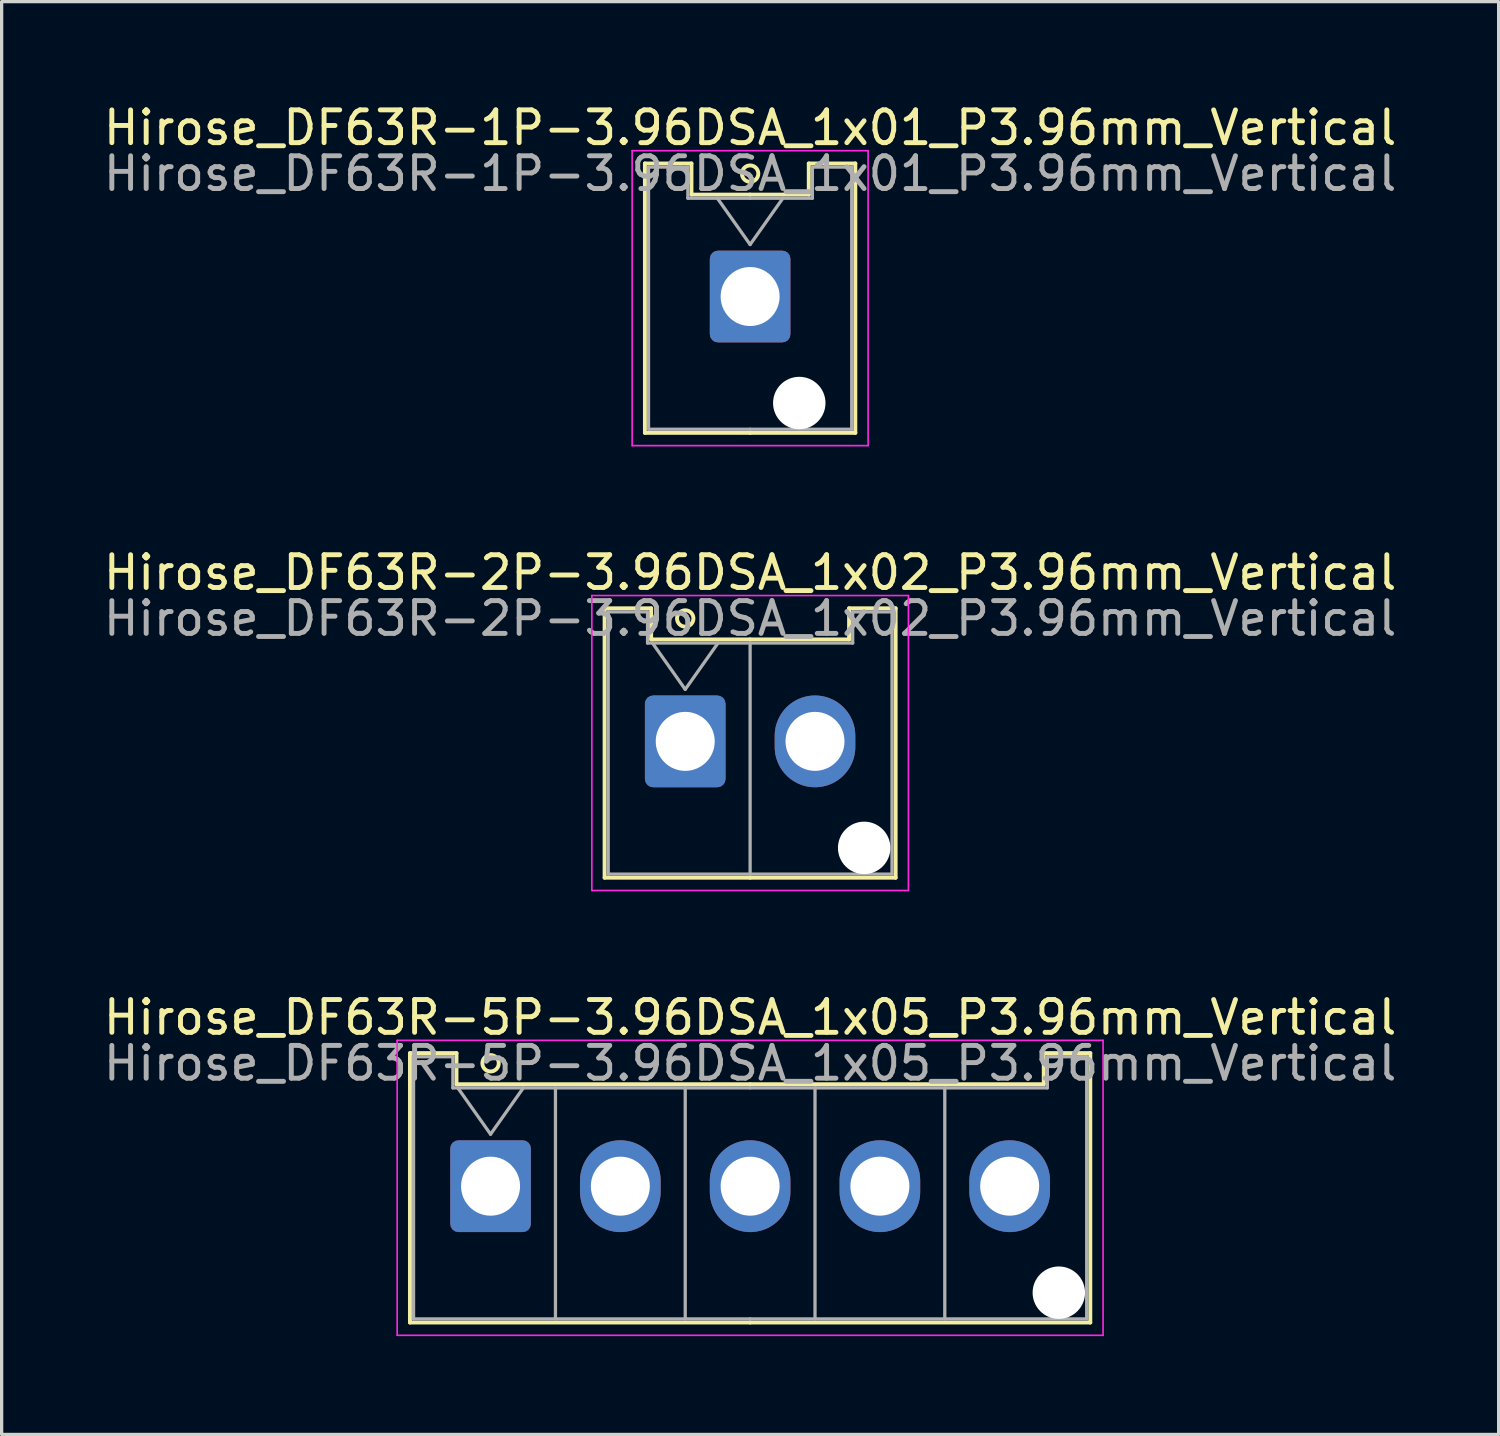
<source format=kicad_pcb>
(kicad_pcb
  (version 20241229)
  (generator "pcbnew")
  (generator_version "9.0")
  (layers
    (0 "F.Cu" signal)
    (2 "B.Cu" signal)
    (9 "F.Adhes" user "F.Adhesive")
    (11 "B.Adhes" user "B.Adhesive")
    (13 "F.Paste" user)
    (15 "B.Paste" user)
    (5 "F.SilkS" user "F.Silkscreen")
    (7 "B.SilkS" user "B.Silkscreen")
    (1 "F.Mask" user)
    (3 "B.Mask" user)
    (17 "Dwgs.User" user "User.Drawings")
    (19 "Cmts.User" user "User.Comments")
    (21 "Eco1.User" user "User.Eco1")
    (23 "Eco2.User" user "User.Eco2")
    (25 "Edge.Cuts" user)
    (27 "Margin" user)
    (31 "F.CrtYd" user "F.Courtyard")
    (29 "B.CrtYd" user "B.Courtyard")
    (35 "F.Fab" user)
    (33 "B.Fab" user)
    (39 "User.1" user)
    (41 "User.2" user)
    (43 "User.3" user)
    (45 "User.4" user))
  (footprint "Hirose_DF63R-5P-3.96DSA_1x05_P3.96mm_Vertical"
    (layer "F.Cu")
    (at 11.919 33.145)
    (property "Reference" "Hirose_DF63R-5P-3.96DSA_1x05_P3.96mm_Vertical" (at 7.92 -5.15 0) (layer "F.SilkS") (effects (font (size 1 1) (thickness 0.15))))
    (attr through_hole)
    (fp_line (start -2.46 -4.06) (end -1.04 -4.06) (stroke (width 0.12) (type solid)) (layer "F.SilkS"))
    (fp_line (start -2.46 4.16) (end -2.46 -4.06) (stroke (width 0.12) (type solid)) (layer "F.SilkS"))
    (fp_line (start -1.04 -4.06) (end -1.04 -3.11) (stroke (width 0.12) (type solid)) (layer "F.SilkS"))
    (fp_line (start -1.04 -3.11) (end 7.92 -3.11) (stroke (width 0.12) (type solid)) (layer "F.SilkS"))
    (fp_line (start 7.92 4.16) (end -2.46 4.16) (stroke (width 0.12) (type solid)) (layer "F.SilkS"))
    (fp_line (start 7.92 4.16) (end 18.3 4.16) (stroke (width 0.12) (type solid)) (layer "F.SilkS"))
    (fp_line (start 16.88 -4.06) (end 16.88 -3.11) (stroke (width 0.12) (type solid)) (layer "F.SilkS"))
    (fp_line (start 16.88 -3.11) (end 7.92 -3.11) (stroke (width 0.12) (type solid)) (layer "F.SilkS"))
    (fp_line (start 18.3 -4.06) (end 16.88 -4.06) (stroke (width 0.12) (type solid)) (layer "F.SilkS"))
    (fp_line (start 18.3 4.16) (end 18.3 -4.06) (stroke (width 0.12) (type solid)) (layer "F.SilkS"))
    (fp_circle (center 0 -3.75) (end 0.25 -3.75) (stroke (width 0.12) (type solid)) (fill no) (layer "F.SilkS"))
    (fp_line (start -2.85 -4.45) (end -2.85 4.55) (stroke (width 0.05) (type solid)) (layer "F.CrtYd"))
    (fp_line (start -2.85 4.55) (end 18.69 4.55) (stroke (width 0.05) (type solid)) (layer "F.CrtYd"))
    (fp_line (start 18.69 -4.45) (end -2.85 -4.45) (stroke (width 0.05) (type solid)) (layer "F.CrtYd"))
    (fp_line (start 18.69 4.55) (end 18.69 -4.45) (stroke (width 0.05) (type solid)) (layer "F.CrtYd"))
    (fp_line (start -2.35 -3.95) (end -1.15 -3.95) (stroke (width 0.1) (type solid)) (layer "F.Fab"))
    (fp_line (start -2.35 4.05) (end -2.35 -3.95) (stroke (width 0.1) (type solid)) (layer "F.Fab"))
    (fp_line (start -1.15 -3.95) (end -1.15 -3) (stroke (width 0.1) (type solid)) (layer "F.Fab"))
    (fp_line (start -1.15 -3) (end 7.92 -3) (stroke (width 0.1) (type solid)) (layer "F.Fab"))
    (fp_line (start -1 -3) (end 0 -1.586) (stroke (width 0.1) (type solid)) (layer "F.Fab"))
    (fp_line (start 0 -1.586) (end 1 -3) (stroke (width 0.1) (type solid)) (layer "F.Fab"))
    (fp_line (start 1.98 -3) (end 1.98 4.05) (stroke (width 0.1) (type solid)) (layer "F.Fab"))
    (fp_line (start 5.94 -3) (end 5.94 4.05) (stroke (width 0.1) (type solid)) (layer "F.Fab"))
    (fp_line (start 7.92 4.05) (end -2.35 4.05) (stroke (width 0.1) (type solid)) (layer "F.Fab"))
    (fp_line (start 7.92 4.05) (end 18.19 4.05) (stroke (width 0.1) (type solid)) (layer "F.Fab"))
    (fp_line (start 9.9 -3) (end 9.9 4.05) (stroke (width 0.1) (type solid)) (layer "F.Fab"))
    (fp_line (start 13.86 -3) (end 13.86 4.05) (stroke (width 0.1) (type solid)) (layer "F.Fab"))
    (fp_line (start 16.99 -3.95) (end 16.99 -3) (stroke (width 0.1) (type solid)) (layer "F.Fab"))
    (fp_line (start 16.99 -3) (end 7.92 -3) (stroke (width 0.1) (type solid)) (layer "F.Fab"))
    (fp_line (start 18.19 -3.95) (end 16.99 -3.95) (stroke (width 0.1) (type solid)) (layer "F.Fab"))
    (fp_line (start 18.19 4.05) (end 18.19 -3.95) (stroke (width 0.1) (type solid)) (layer "F.Fab"))
    (fp_text user "${REFERENCE}" (at 7.92 -3.75 0) (layer "F.Fab") (effects (font (size 1 1) (thickness 0.15))))
    (pad "" np_thru_hole circle (at 17.34 3.25) (size 1.6 1.6) (drill 1.6) (layers "*.Cu" "*.Mask"))
    (pad "1" thru_hole roundrect (at 0 0) (size 2.46 2.8) (drill 1.8) (layers "*.Cu" "*.Mask") (roundrect_rratio 0.102))
    (pad "2" thru_hole oval (at 3.96 0) (size 2.46 2.8) (drill 1.8) (layers "*.Cu" "*.Mask"))
    (pad "3" thru_hole oval (at 7.92 0) (size 2.46 2.8) (drill 1.8) (layers "*.Cu" "*.Mask"))
    (pad "4" thru_hole oval (at 11.88 0) (size 2.46 2.8) (drill 1.8) (layers "*.Cu" "*.Mask"))
    (pad "5" thru_hole oval (at 15.84 0) (size 2.46 2.8) (drill 1.8) (layers "*.Cu" "*.Mask")))
  (footprint "Hirose_DF63R-2P-3.96DSA_1x02_P3.96mm_Vertical"
    (layer "F.Cu")
    (at 17.859 19.572)
    (property "Reference" "Hirose_DF63R-2P-3.96DSA_1x02_P3.96mm_Vertical" (at 1.98 -5.15 0) (layer "F.SilkS") (effects (font (size 1 1) (thickness 0.15))))
    (attr through_hole)
    (fp_line (start -2.46 -4.06) (end -1.04 -4.06) (stroke (width 0.12) (type solid)) (layer "F.SilkS"))
    (fp_line (start -2.46 4.16) (end -2.46 -4.06) (stroke (width 0.12) (type solid)) (layer "F.SilkS"))
    (fp_line (start -1.04 -4.06) (end -1.04 -3.11) (stroke (width 0.12) (type solid)) (layer "F.SilkS"))
    (fp_line (start -1.04 -3.11) (end 1.98 -3.11) (stroke (width 0.12) (type solid)) (layer "F.SilkS"))
    (fp_line (start 1.98 4.16) (end -2.46 4.16) (stroke (width 0.12) (type solid)) (layer "F.SilkS"))
    (fp_line (start 1.98 4.16) (end 6.42 4.16) (stroke (width 0.12) (type solid)) (layer "F.SilkS"))
    (fp_line (start 5 -4.06) (end 5 -3.11) (stroke (width 0.12) (type solid)) (layer "F.SilkS"))
    (fp_line (start 5 -3.11) (end 1.98 -3.11) (stroke (width 0.12) (type solid)) (layer "F.SilkS"))
    (fp_line (start 6.42 -4.06) (end 5 -4.06) (stroke (width 0.12) (type solid)) (layer "F.SilkS"))
    (fp_line (start 6.42 4.16) (end 6.42 -4.06) (stroke (width 0.12) (type solid)) (layer "F.SilkS"))
    (fp_circle (center 0 -3.75) (end 0.25 -3.75) (stroke (width 0.12) (type solid)) (fill no) (layer "F.SilkS"))
    (fp_line (start -2.85 -4.45) (end -2.85 4.55) (stroke (width 0.05) (type solid)) (layer "F.CrtYd"))
    (fp_line (start -2.85 4.55) (end 6.81 4.55) (stroke (width 0.05) (type solid)) (layer "F.CrtYd"))
    (fp_line (start 6.81 -4.45) (end -2.85 -4.45) (stroke (width 0.05) (type solid)) (layer "F.CrtYd"))
    (fp_line (start 6.81 4.55) (end 6.81 -4.45) (stroke (width 0.05) (type solid)) (layer "F.CrtYd"))
    (fp_line (start -2.35 -3.95) (end -1.15 -3.95) (stroke (width 0.1) (type solid)) (layer "F.Fab"))
    (fp_line (start -2.35 4.05) (end -2.35 -3.95) (stroke (width 0.1) (type solid)) (layer "F.Fab"))
    (fp_line (start -1.15 -3.95) (end -1.15 -3) (stroke (width 0.1) (type solid)) (layer "F.Fab"))
    (fp_line (start -1.15 -3) (end 1.98 -3) (stroke (width 0.1) (type solid)) (layer "F.Fab"))
    (fp_line (start -1 -3) (end 0 -1.586) (stroke (width 0.1) (type solid)) (layer "F.Fab"))
    (fp_line (start 0 -1.586) (end 1 -3) (stroke (width 0.1) (type solid)) (layer "F.Fab"))
    (fp_line (start 1.98 -3) (end 1.98 4.05) (stroke (width 0.1) (type solid)) (layer "F.Fab"))
    (fp_line (start 1.98 4.05) (end -2.35 4.05) (stroke (width 0.1) (type solid)) (layer "F.Fab"))
    (fp_line (start 1.98 4.05) (end 6.31 4.05) (stroke (width 0.1) (type solid)) (layer "F.Fab"))
    (fp_line (start 5.11 -3.95) (end 5.11 -3) (stroke (width 0.1) (type solid)) (layer "F.Fab"))
    (fp_line (start 5.11 -3) (end 1.98 -3) (stroke (width 0.1) (type solid)) (layer "F.Fab"))
    (fp_line (start 6.31 -3.95) (end 5.11 -3.95) (stroke (width 0.1) (type solid)) (layer "F.Fab"))
    (fp_line (start 6.31 4.05) (end 6.31 -3.95) (stroke (width 0.1) (type solid)) (layer "F.Fab"))
    (fp_text user "${REFERENCE}" (at 1.98 -3.75 0) (layer "F.Fab") (effects (font (size 1 1) (thickness 0.15))))
    (pad "" np_thru_hole circle (at 5.46 3.25) (size 1.6 1.6) (drill 1.6) (layers "*.Cu" "*.Mask"))
    (pad "1" thru_hole roundrect (at 0 0) (size 2.46 2.8) (drill 1.8) (layers "*.Cu" "*.Mask") (roundrect_rratio 0.102))
    (pad "2" thru_hole oval (at 3.96 0) (size 2.46 2.8) (drill 1.8) (layers "*.Cu" "*.Mask")))
  (footprint "Hirose_DF63R-1P-3.96DSA_1x01_P3.96mm_Vertical"
    (layer "F.Cu")
    (at 19.839 5.998)
    (property "Reference" "Hirose_DF63R-1P-3.96DSA_1x01_P3.96mm_Vertical" (at 0 -5.15 0) (layer "F.SilkS") (effects (font (size 1 1) (thickness 0.15))))
    (attr through_hole)
    (fp_line (start -3.21 -4.06) (end -1.79 -4.06) (stroke (width 0.12) (type solid)) (layer "F.SilkS"))
    (fp_line (start -3.21 4.16) (end -3.21 -4.06) (stroke (width 0.12) (type solid)) (layer "F.SilkS"))
    (fp_line (start -1.79 -4.06) (end -1.79 -3.11) (stroke (width 0.12) (type solid)) (layer "F.SilkS"))
    (fp_line (start -1.79 -3.11) (end 0 -3.11) (stroke (width 0.12) (type solid)) (layer "F.SilkS"))
    (fp_line (start 0 4.16) (end -3.21 4.16) (stroke (width 0.12) (type solid)) (layer "F.SilkS"))
    (fp_line (start 0 4.16) (end 3.21 4.16) (stroke (width 0.12) (type solid)) (layer "F.SilkS"))
    (fp_line (start 1.79 -4.06) (end 1.79 -3.11) (stroke (width 0.12) (type solid)) (layer "F.SilkS"))
    (fp_line (start 1.79 -3.11) (end 0 -3.11) (stroke (width 0.12) (type solid)) (layer "F.SilkS"))
    (fp_line (start 3.21 -4.06) (end 1.79 -4.06) (stroke (width 0.12) (type solid)) (layer "F.SilkS"))
    (fp_line (start 3.21 4.16) (end 3.21 -4.06) (stroke (width 0.12) (type solid)) (layer "F.SilkS"))
    (fp_circle (center 0 -3.75) (end 0.25 -3.75) (stroke (width 0.12) (type solid)) (fill no) (layer "F.SilkS"))
    (fp_line (start -3.6 -4.45) (end -3.6 4.55) (stroke (width 0.05) (type solid)) (layer "F.CrtYd"))
    (fp_line (start -3.6 4.55) (end 3.6 4.55) (stroke (width 0.05) (type solid)) (layer "F.CrtYd"))
    (fp_line (start 3.6 -4.45) (end -3.6 -4.45) (stroke (width 0.05) (type solid)) (layer "F.CrtYd"))
    (fp_line (start 3.6 4.55) (end 3.6 -4.45) (stroke (width 0.05) (type solid)) (layer "F.CrtYd"))
    (fp_line (start -3.1 -3.95) (end -1.9 -3.95) (stroke (width 0.1) (type solid)) (layer "F.Fab"))
    (fp_line (start -3.1 4.05) (end -3.1 -3.95) (stroke (width 0.1) (type solid)) (layer "F.Fab"))
    (fp_line (start -1.9 -3.95) (end -1.9 -3) (stroke (width 0.1) (type solid)) (layer "F.Fab"))
    (fp_line (start -1.9 -3) (end 0 -3) (stroke (width 0.1) (type solid)) (layer "F.Fab"))
    (fp_line (start -1 -3) (end 0 -1.586) (stroke (width 0.1) (type solid)) (layer "F.Fab"))
    (fp_line (start 0 -1.586) (end 1 -3) (stroke (width 0.1) (type solid)) (layer "F.Fab"))
    (fp_line (start 0 4.05) (end -3.1 4.05) (stroke (width 0.1) (type solid)) (layer "F.Fab"))
    (fp_line (start 0 4.05) (end 3.1 4.05) (stroke (width 0.1) (type solid)) (layer "F.Fab"))
    (fp_line (start 1.9 -3.95) (end 1.9 -3) (stroke (width 0.1) (type solid)) (layer "F.Fab"))
    (fp_line (start 1.9 -3) (end 0 -3) (stroke (width 0.1) (type solid)) (layer "F.Fab"))
    (fp_line (start 3.1 -3.95) (end 1.9 -3.95) (stroke (width 0.1) (type solid)) (layer "F.Fab"))
    (fp_line (start 3.1 4.05) (end 3.1 -3.95) (stroke (width 0.1) (type solid)) (layer "F.Fab"))
    (fp_text user "${REFERENCE}" (at 0 -3.75 0) (layer "F.Fab") (effects (font (size 1 1) (thickness 0.15))))
    (pad "" np_thru_hole circle (at 1.5 3.25) (size 1.6 1.6) (drill 1.6) (layers "*.Cu" "*.Mask"))
    (pad "1" thru_hole roundrect (at 0 0) (size 2.46 2.8) (drill 1.8) (layers "*.Cu" "*.Mask") (roundrect_rratio 0.102)))
  (gr_rect
    (start -3 -3)
    (end 42.679 40.72)
    (stroke (width 0.1) (type default))
    (fill no)
    (layer "Edge.Cuts")))
</source>
